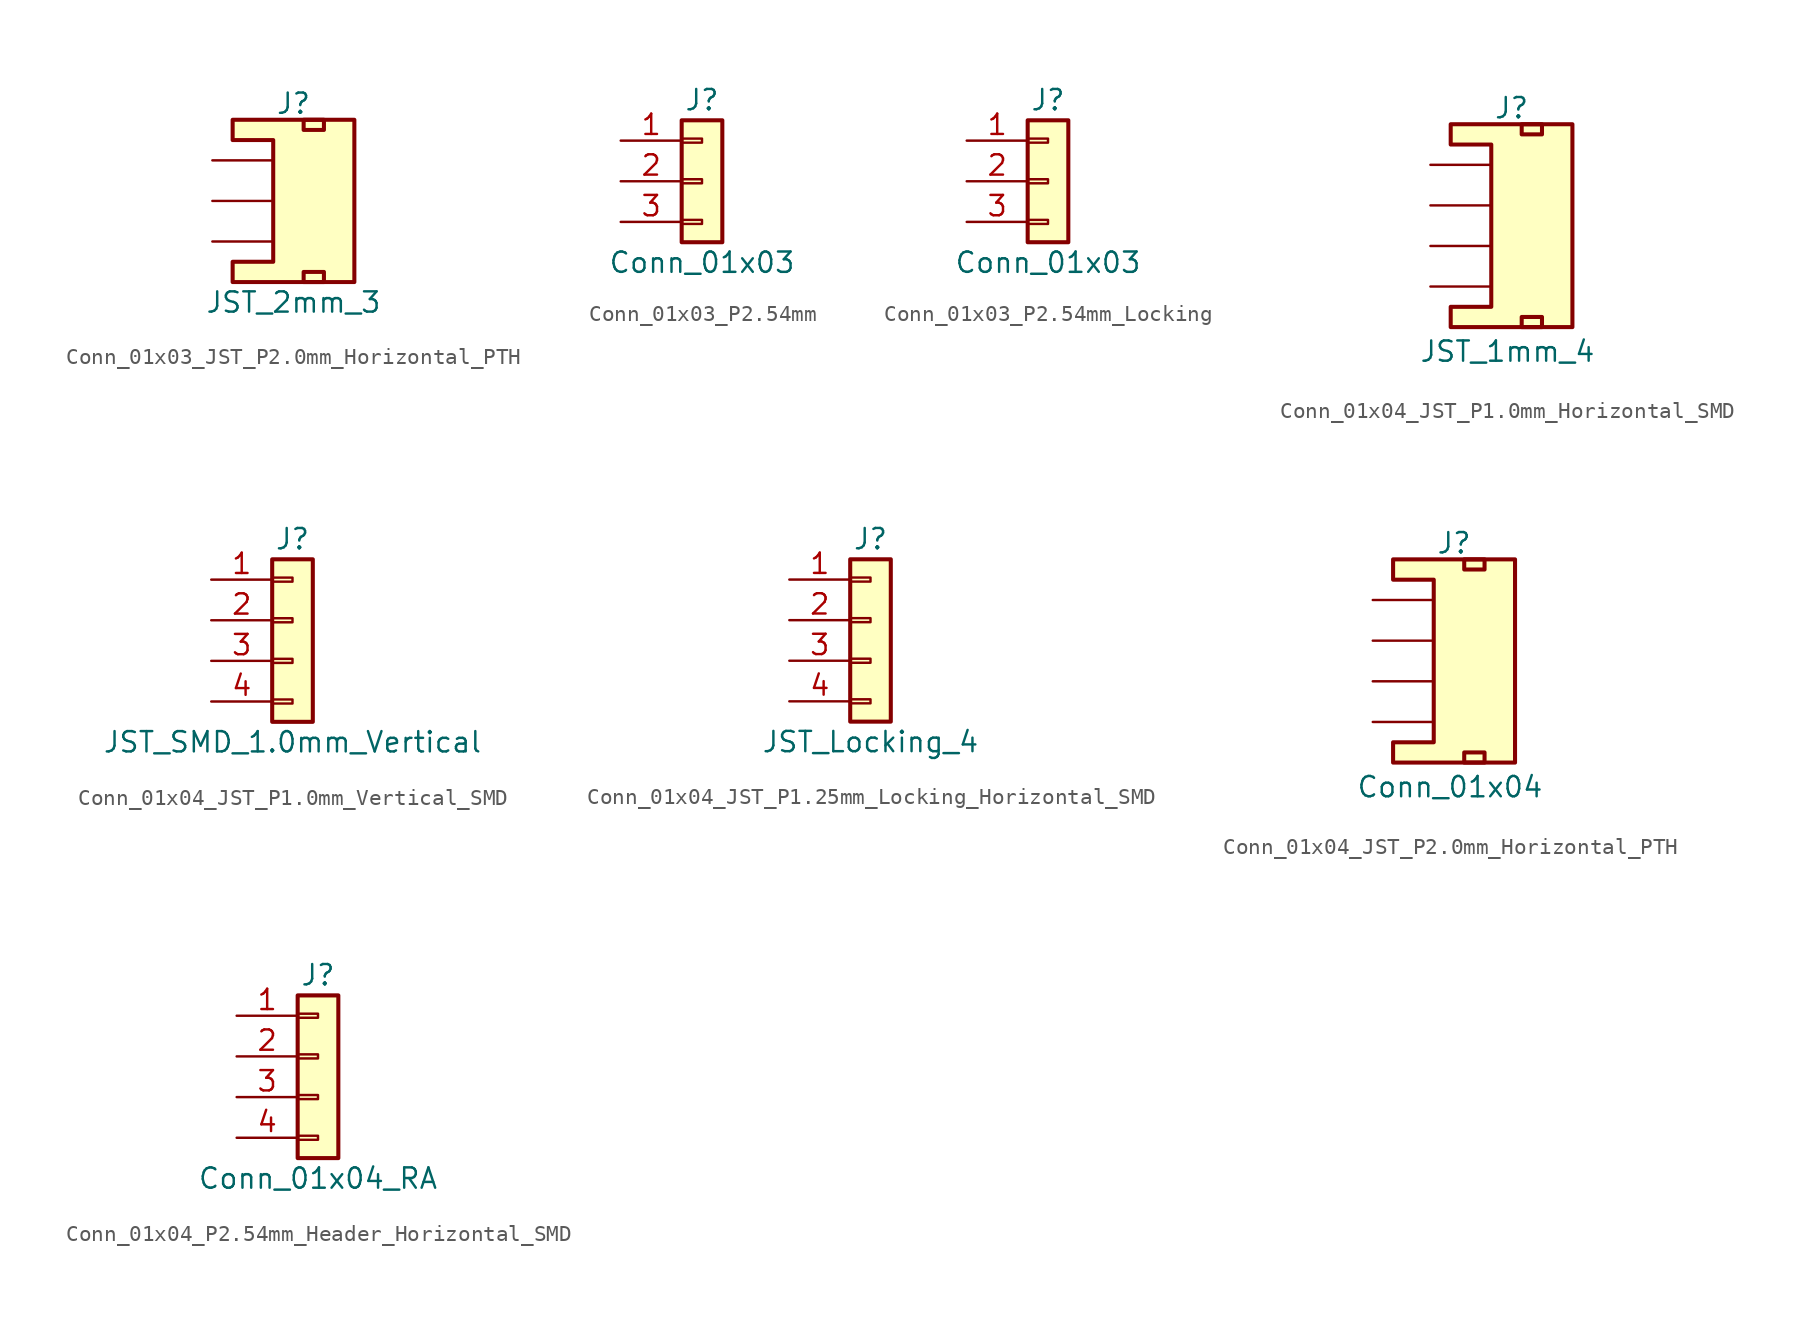
<source format=kicad_sym>
(kicad_symbol_lib
  (version 20241209)
  (generator "kicad_symbol_editor")
  (generator_version "9.0")
  (symbol "Conn_01x03_JST_P2.0mm_Horizontal_PTH"
    (pin_numbers
      (hide yes))
    (pin_names
      (offset 1.016)
      (hide yes))
    (property "Reference" "J"
      (at 0 6.096 0)
      (effects (font (size 1.27 1.27))))
    (property "Value" "JST_2mm_3"
      (at 0 -6.35 0)
      (effects (font (size 1.27 1.27))))
    (symbol "Conn_01x03_JST_P2.0mm_Horizontal_PTH_1_1"
      (polyline (pts (xy -1.27 3.81) (xy -3.81 3.81) (xy -3.81 5.08) (xy 3.81 5.08) (xy 3.81 -5.08) (xy -3.81 -5.08) (xy -3.81 -3.81) (xy -1.27 -3.81) (xy -1.27 3.81)) (stroke (width 0.254) (type default)) (fill (type background)))
      (rectangle (start 0.635 5.08) (end 1.905 4.445) (stroke (width 0.254) (type default)) (fill (type none)))
      (rectangle (start 0.635 -4.445) (end 1.905 -5.08) (stroke (width 0.254) (type default)) (fill (type none)))
      (pin passive line (at -5.08 2.54 0) (length 3.81) (name "1" (effects (font (size 1.27 1.27)))) (number "1" (effects (font (size 1.27 1.27)))))
      (pin passive line (at -5.08 0 0) (length 3.81) (name "2" (effects (font (size 1.27 1.27)))) (number "2" (effects (font (size 1.27 1.27)))))
      (pin passive line (at -5.08 -2.54 0) (length 3.81) (name "3" (effects (font (size 1.27 1.27)))) (number "3" (effects (font (size 1.27 1.27)))))))
  (symbol "Conn_01x03_P2.54mm"
    (pin_names
      (offset 1.016)
      (hide yes))
    (property "Reference" "J"
      (at 0 5.08 0)
      (effects (font (size 1.27 1.27))))
    (property "Value" "Conn_01x03"
      (at 0 -5.08 0)
      (effects (font (size 1.27 1.27))))
    (symbol "Conn_01x03_P2.54mm_1_1"
      (rectangle (start -1.27 3.81) (end 1.27 -3.81) (stroke (width 0.254) (type default)) (fill (type background)))
      (rectangle (start -1.27 2.667) (end 0 2.413) (stroke (width 0.152) (type default)) (fill (type none)))
      (rectangle (start -1.27 0.127) (end 0 -0.127) (stroke (width 0.152) (type default)) (fill (type none)))
      (rectangle (start -1.27 -2.413) (end 0 -2.667) (stroke (width 0.152) (type default)) (fill (type none)))
      (pin passive line (at -5.08 2.54 0) (length 3.81) (name "Pin_1" (effects (font (size 1.27 1.27)))) (number "1" (effects (font (size 1.27 1.27)))))
      (pin passive line (at -5.08 0 0) (length 3.81) (name "Pin_2" (effects (font (size 1.27 1.27)))) (number "2" (effects (font (size 1.27 1.27)))))
      (pin passive line (at -5.08 -2.54 0) (length 3.81) (name "Pin_3" (effects (font (size 1.27 1.27)))) (number "3" (effects (font (size 1.27 1.27)))))))
  (symbol "Conn_01x03_P2.54mm_Locking"
    (pin_names
      (offset 1.016)
      (hide yes))
    (property "Reference" "J"
      (at 0 5.08 0)
      (effects (font (size 1.27 1.27))))
    (property "Value" "Conn_01x03"
      (at 0 -5.08 0)
      (effects (font (size 1.27 1.27))))
    (symbol "Conn_01x03_P2.54mm_Locking_1_1"
      (rectangle (start -1.27 3.81) (end 1.27 -3.81) (stroke (width 0.254) (type default)) (fill (type background)))
      (rectangle (start -1.27 2.667) (end 0 2.413) (stroke (width 0.152) (type default)) (fill (type none)))
      (rectangle (start -1.27 0.127) (end 0 -0.127) (stroke (width 0.152) (type default)) (fill (type none)))
      (rectangle (start -1.27 -2.413) (end 0 -2.667) (stroke (width 0.152) (type default)) (fill (type none)))
      (pin passive line (at -5.08 2.54 0) (length 3.81) (name "Pin_1" (effects (font (size 1.27 1.27)))) (number "1" (effects (font (size 1.27 1.27)))))
      (pin passive line (at -5.08 0 0) (length 3.81) (name "Pin_2" (effects (font (size 1.27 1.27)))) (number "2" (effects (font (size 1.27 1.27)))))
      (pin passive line (at -5.08 -2.54 0) (length 3.81) (name "Pin_3" (effects (font (size 1.27 1.27)))) (number "3" (effects (font (size 1.27 1.27)))))))
  (symbol "Conn_01x04_JST_P1.0mm_Horizontal_SMD"
    (pin_numbers
      (hide yes))
    (pin_names
      (offset 1.016)
      (hide yes))
    (property "Reference" "J"
      (at 0 6.096 0)
      (effects (font (size 1.27 1.27))))
    (property "Value" "JST_1mm_4"
      (at -0.254 -9.144 0)
      (effects (font (size 1.27 1.27))))
    (symbol "Conn_01x04_JST_P1.0mm_Horizontal_SMD_1_1"
      (polyline (pts (xy -1.27 3.81) (xy -3.81 3.81) (xy -3.81 5.08) (xy 3.81 5.08) (xy 3.81 -7.62) (xy -3.81 -7.62) (xy -3.81 -6.35) (xy -1.27 -6.35) (xy -1.27 3.81)) (stroke (width 0.254) (type default)) (fill (type background)))
      (rectangle (start 0.635 5.08) (end 1.905 4.445) (stroke (width 0.254) (type default)) (fill (type none)))
      (rectangle (start 0.635 -6.985) (end 1.905 -7.62) (stroke (width 0.254) (type default)) (fill (type none)))
      (pin passive line (at -5.08 2.54 0) (length 3.81) (name "1" (effects (font (size 1.27 1.27)))) (number "1" (effects (font (size 1.27 1.27)))))
      (pin passive line (at -5.08 0 0) (length 3.81) (name "2" (effects (font (size 1.27 1.27)))) (number "2" (effects (font (size 1.27 1.27)))))
      (pin passive line (at -5.08 -2.54 0) (length 3.81) (name "3" (effects (font (size 1.27 1.27)))) (number "3" (effects (font (size 1.27 1.27)))))
      (pin passive line (at -5.08 -5.08 0) (length 3.81) (name "4" (effects (font (size 1.27 1.27)))) (number "4" (effects (font (size 1.27 1.27)))))))
  (symbol "Conn_01x04_JST_P1.0mm_Vertical_SMD"
    (pin_names
      (offset 1.016)
      (hide yes))
    (property "Reference" "J"
      (at 0 5.08 0)
      (effects (font (size 1.27 1.27))))
    (property "Value" "JST_SMD_1.0mm_Vertical"
      (at 0 -7.62 0)
      (effects (font (size 1.27 1.27))))
    (symbol "Conn_01x04_JST_P1.0mm_Vertical_SMD_1_1"
      (rectangle (start -1.27 3.81) (end 1.27 -6.35) (stroke (width 0.254) (type default)) (fill (type background)))
      (rectangle (start -1.27 2.667) (end 0 2.413) (stroke (width 0.152) (type default)) (fill (type none)))
      (rectangle (start -1.27 0.127) (end 0 -0.127) (stroke (width 0.152) (type default)) (fill (type none)))
      (rectangle (start -1.27 -2.413) (end 0 -2.667) (stroke (width 0.152) (type default)) (fill (type none)))
      (rectangle (start -1.27 -4.953) (end 0 -5.207) (stroke (width 0.152) (type default)) (fill (type none)))
      (pin passive line (at -5.08 2.54 0) (length 3.81) (name "Pin_1" (effects (font (size 1.27 1.27)))) (number "1" (effects (font (size 1.27 1.27)))))
      (pin passive line (at -5.08 0 0) (length 3.81) (name "Pin_2" (effects (font (size 1.27 1.27)))) (number "2" (effects (font (size 1.27 1.27)))))
      (pin passive line (at -5.08 -2.54 0) (length 3.81) (name "Pin_3" (effects (font (size 1.27 1.27)))) (number "3" (effects (font (size 1.27 1.27)))))
      (pin passive line (at -5.08 -5.08 0) (length 3.81) (name "Pin_4" (effects (font (size 1.27 1.27)))) (number "4" (effects (font (size 1.27 1.27)))))))
  (symbol "Conn_01x04_JST_P1.25mm_Locking_Horizontal_SMD"
    (pin_names
      (offset 1.016)
      (hide yes))
    (property "Reference" "J"
      (at 0 5.08 0)
      (effects (font (size 1.27 1.27))))
    (property "Value" "JST_Locking_4"
      (at 0 -7.62 0)
      (effects (font (size 1.27 1.27))))
    (symbol "Conn_01x04_JST_P1.25mm_Locking_Horizontal_SMD_1_1"
      (rectangle (start -1.27 3.81) (end 1.27 -6.35) (stroke (width 0.254) (type default)) (fill (type background)))
      (rectangle (start -1.27 2.667) (end 0 2.413) (stroke (width 0.152) (type default)) (fill (type none)))
      (rectangle (start -1.27 0.127) (end 0 -0.127) (stroke (width 0.152) (type default)) (fill (type none)))
      (rectangle (start -1.27 -2.413) (end 0 -2.667) (stroke (width 0.152) (type default)) (fill (type none)))
      (rectangle (start -1.27 -4.953) (end 0 -5.207) (stroke (width 0.152) (type default)) (fill (type none)))
      (pin passive line (at -5.08 2.54 0) (length 3.81) (name "Pin_1" (effects (font (size 1.27 1.27)))) (number "1" (effects (font (size 1.27 1.27)))))
      (pin passive line (at -5.08 0 0) (length 3.81) (name "Pin_2" (effects (font (size 1.27 1.27)))) (number "2" (effects (font (size 1.27 1.27)))))
      (pin passive line (at -5.08 -2.54 0) (length 3.81) (name "Pin_3" (effects (font (size 1.27 1.27)))) (number "3" (effects (font (size 1.27 1.27)))))
      (pin passive line (at -5.08 -5.08 0) (length 3.81) (name "Pin_4" (effects (font (size 1.27 1.27)))) (number "4" (effects (font (size 1.27 1.27)))))
      (pin no_connect line (at 3.81 -6.35 90) (length 5.08) (hide yes) (name "NC" (effects (font (size 1.27 1.27)))) (number "NC2" (effects (font (size 1.27 1.27)))))
      (pin no_connect line (at 6.35 -6.35 90) (length 5.08) (hide yes) (name "NC" (effects (font (size 1.27 1.27)))) (number "NC1" (effects (font (size 1.27 1.27)))))))
  (symbol "Conn_01x04_JST_P2.0mm_Horizontal_PTH"
    (pin_numbers
      (hide yes))
    (pin_names
      (offset 1.016)
      (hide yes))
    (property "Reference" "J"
      (at 0 6.096 0)
      (effects (font (size 1.27 1.27))))
    (property "Value" "Conn_01x04"
      (at -0.254 -9.144 0)
      (effects (font (size 1.27 1.27))))
    (symbol "Conn_01x04_JST_P2.0mm_Horizontal_PTH_1_1"
      (polyline (pts (xy -1.27 3.81) (xy -3.81 3.81) (xy -3.81 5.08) (xy 3.81 5.08) (xy 3.81 -7.62) (xy -3.81 -7.62) (xy -3.81 -6.35) (xy -1.27 -6.35) (xy -1.27 3.81)) (stroke (width 0.254) (type default)) (fill (type background)))
      (rectangle (start 0.635 5.08) (end 1.905 4.445) (stroke (width 0.254) (type default)) (fill (type none)))
      (rectangle (start 0.635 -6.985) (end 1.905 -7.62) (stroke (width 0.254) (type default)) (fill (type none)))
      (pin passive line (at -5.08 2.54 0) (length 3.81) (name "1" (effects (font (size 1.27 1.27)))) (number "1" (effects (font (size 1.27 1.27)))))
      (pin passive line (at -5.08 0 0) (length 3.81) (name "2" (effects (font (size 1.27 1.27)))) (number "2" (effects (font (size 1.27 1.27)))))
      (pin passive line (at -5.08 -2.54 0) (length 3.81) (name "3" (effects (font (size 1.27 1.27)))) (number "3" (effects (font (size 1.27 1.27)))))
      (pin passive line (at -5.08 -5.08 0) (length 3.81) (name "4" (effects (font (size 1.27 1.27)))) (number "4" (effects (font (size 1.27 1.27)))))))
  (symbol "Conn_01x04_P2.54mm_Header_Horizontal_SMD"
    (pin_names
      (offset 1.016)
      (hide yes))
    (property "Reference" "J"
      (at 0 5.08 0)
      (effects (font (size 1.27 1.27))))
    (property "Value" "Conn_01x04_RA"
      (at 0 -7.62 0)
      (effects (font (size 1.27 1.27))))
    (symbol "Conn_01x04_P2.54mm_Header_Horizontal_SMD_1_1"
      (rectangle (start -1.27 3.81) (end 1.27 -6.35) (stroke (width 0.254) (type default)) (fill (type background)))
      (rectangle (start -1.27 2.667) (end 0 2.413) (stroke (width 0.152) (type default)) (fill (type none)))
      (rectangle (start -1.27 0.127) (end 0 -0.127) (stroke (width 0.152) (type default)) (fill (type none)))
      (rectangle (start -1.27 -2.413) (end 0 -2.667) (stroke (width 0.152) (type default)) (fill (type none)))
      (rectangle (start -1.27 -4.953) (end 0 -5.207) (stroke (width 0.152) (type default)) (fill (type none)))
      (pin passive line (at -5.08 2.54 0) (length 3.81) (name "Pin_1" (effects (font (size 1.27 1.27)))) (number "1" (effects (font (size 1.27 1.27)))))
      (pin passive line (at -5.08 0 0) (length 3.81) (name "Pin_2" (effects (font (size 1.27 1.27)))) (number "2" (effects (font (size 1.27 1.27)))))
      (pin passive line (at -5.08 -2.54 0) (length 3.81) (name "Pin_3" (effects (font (size 1.27 1.27)))) (number "3" (effects (font (size 1.27 1.27)))))
      (pin passive line (at -5.08 -5.08 0) (length 3.81) (name "Pin_4" (effects (font (size 1.27 1.27)))) (number "4" (effects (font (size 1.27 1.27))))))))
</source>
